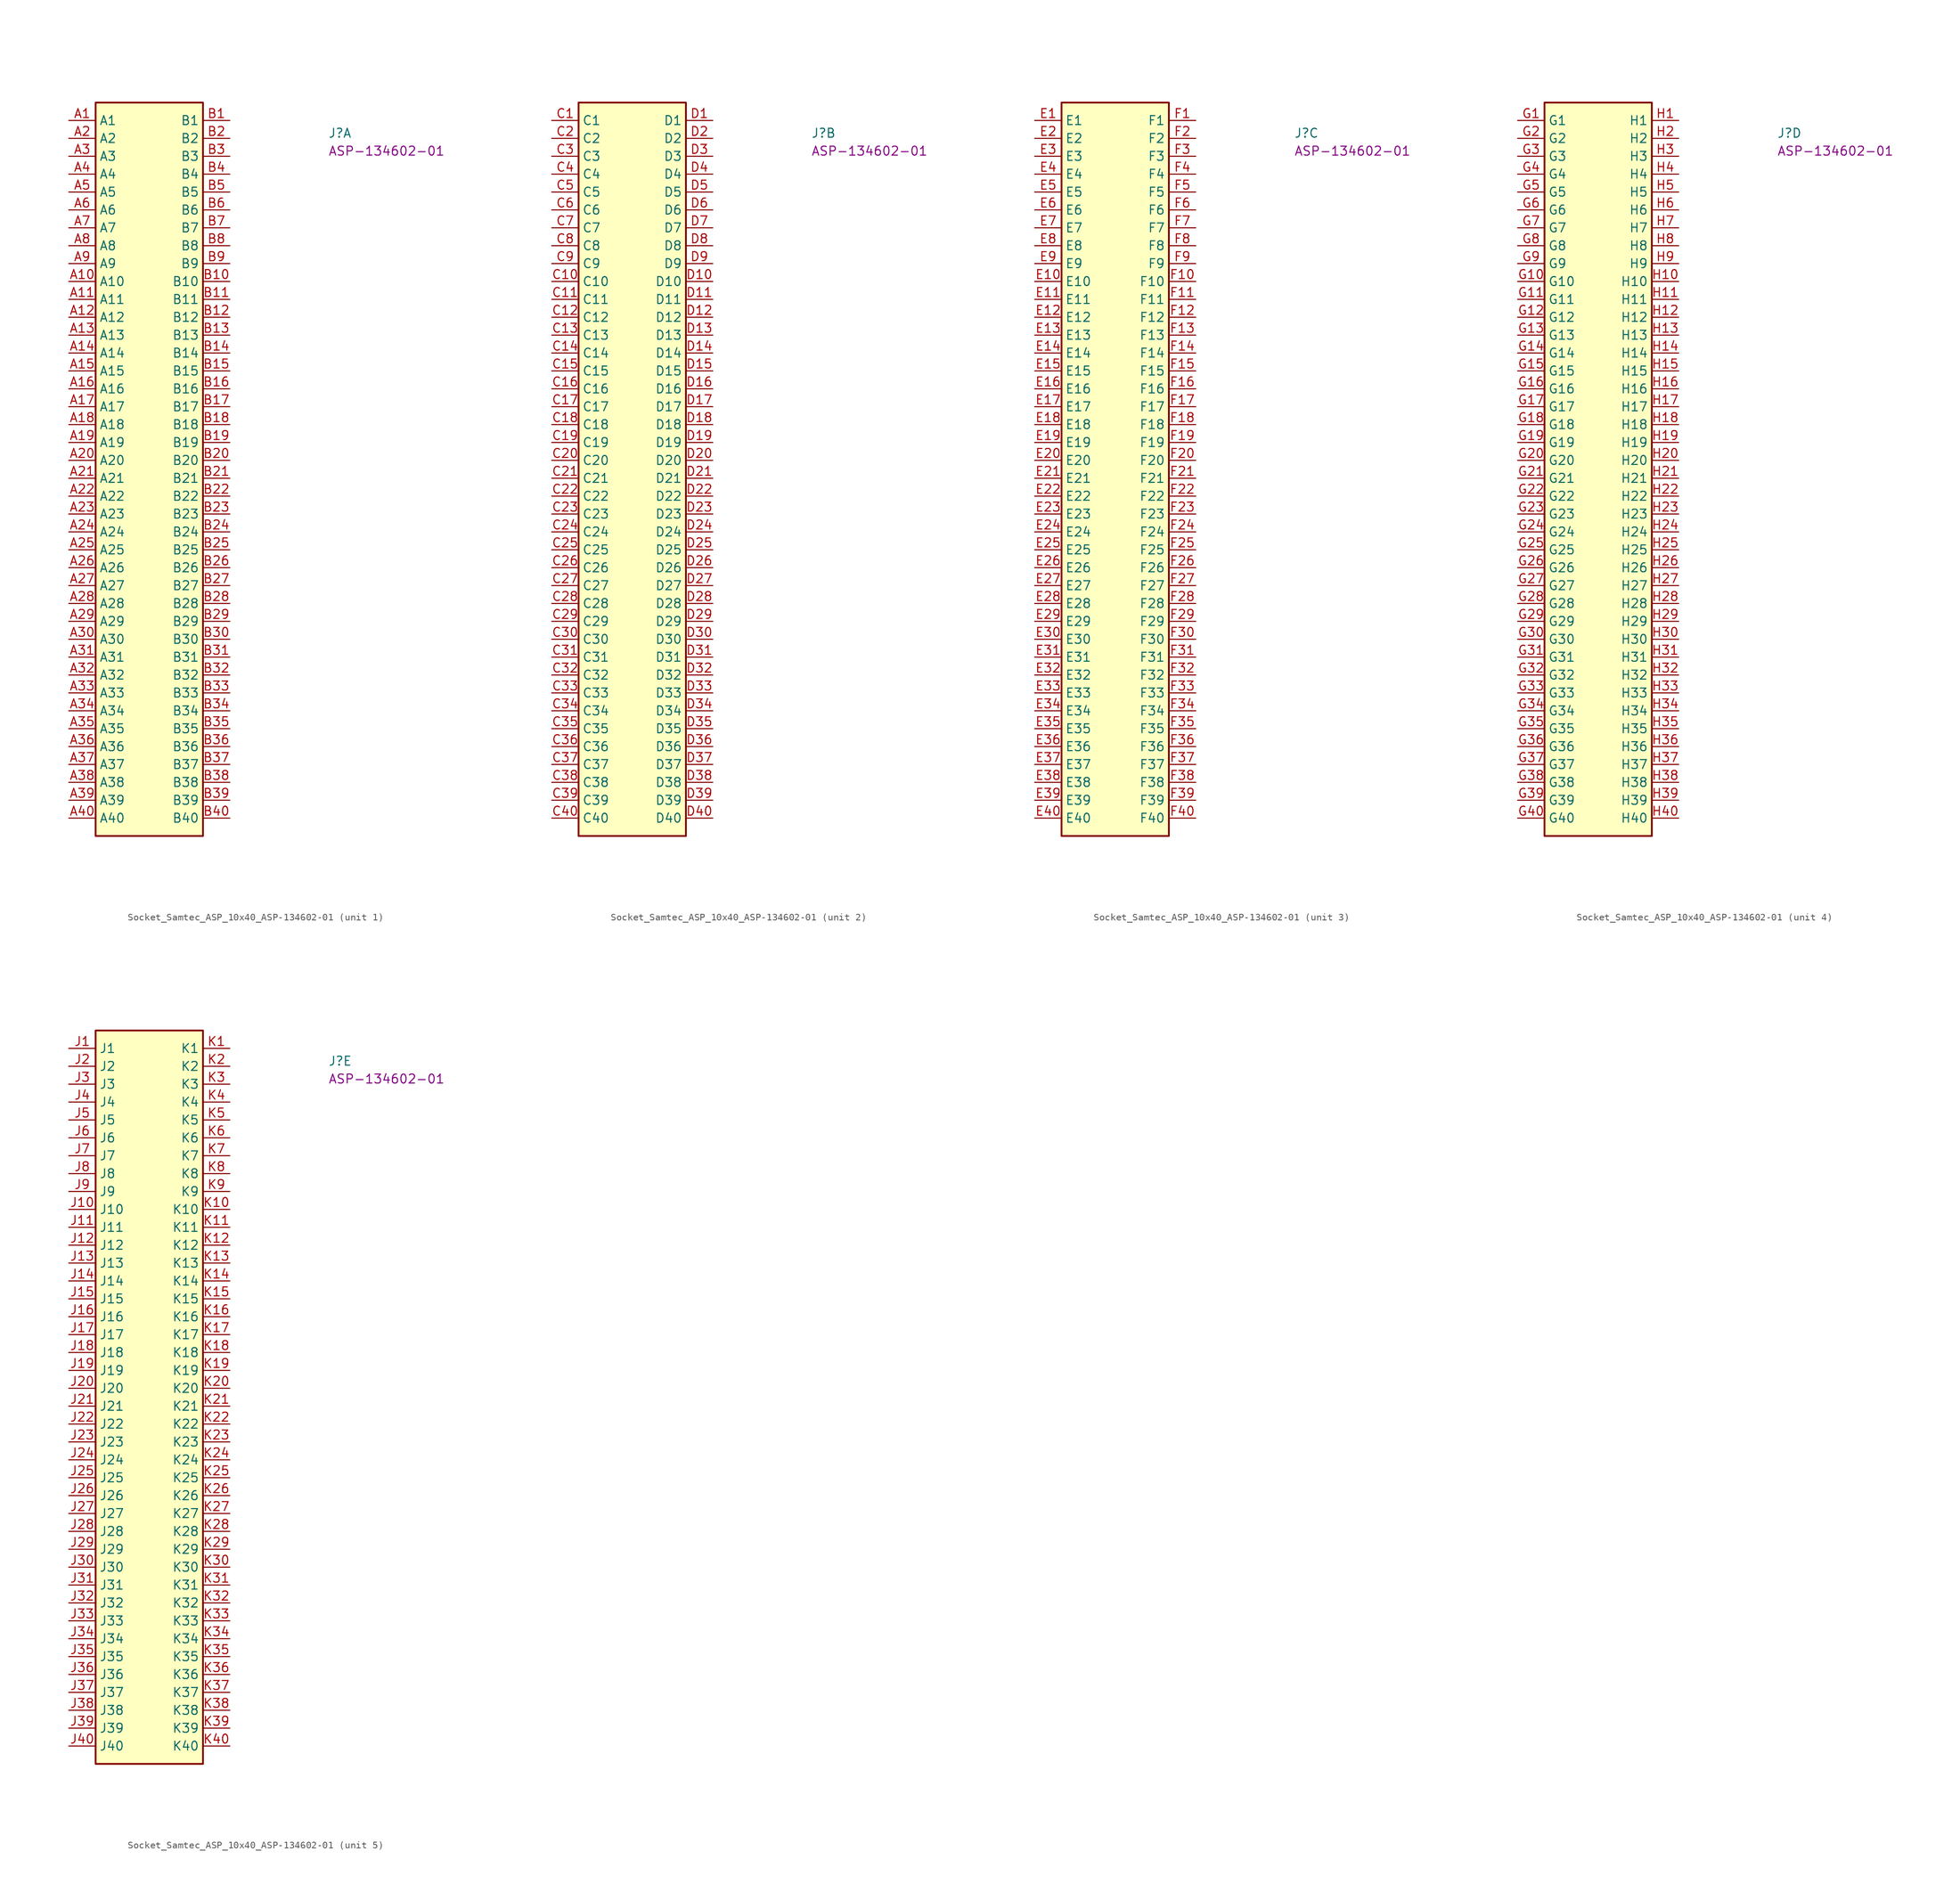
<source format=kicad_sym>
(kicad_symbol_lib
  (version 20220914)
  (generator kicad_symbol_editor)
  (symbol "Socket_Samtec_ASP_10x40_ASP-134602-01"
    (property "Reference" "J"
      (at 36.83 -2.54 0)
      (effects (font (size 1.27 1.27) (thickness 0.15)) (justify left bottom)))
    (property "MPN" "ASP-134602-01"
      (at 36.83 -5.08 0)
      (effects (font (size 1.27 1.27) (thickness 0.15)) (justify left bottom)))
    (property "ki_locked" ""
      (at 0 0 0)
      (effects (font (size 1.27 1.27))))
    (symbol "Socket_Samtec_ASP_10x40_ASP-134602-01_1_1"
      (rectangle (start 3.81 -101.6) (end 19.05 2.54) (stroke (width 0.254) (type default)) (fill (type background)))
      (pin passive line (at 0 0 0) (length 3.81) (name "A1" (effects (font (size 1.27 1.27)))) (number "A1" (effects (font (size 1.27 1.27)))))
      (pin passive line (at 0 -22.86 0) (length 3.81) (name "A10" (effects (font (size 1.27 1.27)))) (number "A10" (effects (font (size 1.27 1.27)))))
      (pin passive line (at 0 -25.4 0) (length 3.81) (name "A11" (effects (font (size 1.27 1.27)))) (number "A11" (effects (font (size 1.27 1.27)))))
      (pin passive line (at 0 -27.94 0) (length 3.81) (name "A12" (effects (font (size 1.27 1.27)))) (number "A12" (effects (font (size 1.27 1.27)))))
      (pin passive line (at 0 -30.48 0) (length 3.81) (name "A13" (effects (font (size 1.27 1.27)))) (number "A13" (effects (font (size 1.27 1.27)))))
      (pin passive line (at 0 -33.02 0) (length 3.81) (name "A14" (effects (font (size 1.27 1.27)))) (number "A14" (effects (font (size 1.27 1.27)))))
      (pin passive line (at 0 -35.56 0) (length 3.81) (name "A15" (effects (font (size 1.27 1.27)))) (number "A15" (effects (font (size 1.27 1.27)))))
      (pin passive line (at 0 -38.1 0) (length 3.81) (name "A16" (effects (font (size 1.27 1.27)))) (number "A16" (effects (font (size 1.27 1.27)))))
      (pin passive line (at 0 -40.64 0) (length 3.81) (name "A17" (effects (font (size 1.27 1.27)))) (number "A17" (effects (font (size 1.27 1.27)))))
      (pin passive line (at 0 -43.18 0) (length 3.81) (name "A18" (effects (font (size 1.27 1.27)))) (number "A18" (effects (font (size 1.27 1.27)))))
      (pin passive line (at 0 -45.72 0) (length 3.81) (name "A19" (effects (font (size 1.27 1.27)))) (number "A19" (effects (font (size 1.27 1.27)))))
      (pin passive line (at 0 -2.54 0) (length 3.81) (name "A2" (effects (font (size 1.27 1.27)))) (number "A2" (effects (font (size 1.27 1.27)))))
      (pin passive line (at 0 -48.26 0) (length 3.81) (name "A20" (effects (font (size 1.27 1.27)))) (number "A20" (effects (font (size 1.27 1.27)))))
      (pin passive line (at 0 -50.8 0) (length 3.81) (name "A21" (effects (font (size 1.27 1.27)))) (number "A21" (effects (font (size 1.27 1.27)))))
      (pin passive line (at 0 -53.34 0) (length 3.81) (name "A22" (effects (font (size 1.27 1.27)))) (number "A22" (effects (font (size 1.27 1.27)))))
      (pin passive line (at 0 -55.88 0) (length 3.81) (name "A23" (effects (font (size 1.27 1.27)))) (number "A23" (effects (font (size 1.27 1.27)))))
      (pin passive line (at 0 -58.42 0) (length 3.81) (name "A24" (effects (font (size 1.27 1.27)))) (number "A24" (effects (font (size 1.27 1.27)))))
      (pin passive line (at 0 -60.96 0) (length 3.81) (name "A25" (effects (font (size 1.27 1.27)))) (number "A25" (effects (font (size 1.27 1.27)))))
      (pin passive line (at 0 -63.5 0) (length 3.81) (name "A26" (effects (font (size 1.27 1.27)))) (number "A26" (effects (font (size 1.27 1.27)))))
      (pin passive line (at 0 -66.04 0) (length 3.81) (name "A27" (effects (font (size 1.27 1.27)))) (number "A27" (effects (font (size 1.27 1.27)))))
      (pin passive line (at 0 -68.58 0) (length 3.81) (name "A28" (effects (font (size 1.27 1.27)))) (number "A28" (effects (font (size 1.27 1.27)))))
      (pin passive line (at 0 -71.12 0) (length 3.81) (name "A29" (effects (font (size 1.27 1.27)))) (number "A29" (effects (font (size 1.27 1.27)))))
      (pin passive line (at 0 -5.08 0) (length 3.81) (name "A3" (effects (font (size 1.27 1.27)))) (number "A3" (effects (font (size 1.27 1.27)))))
      (pin passive line (at 0 -73.66 0) (length 3.81) (name "A30" (effects (font (size 1.27 1.27)))) (number "A30" (effects (font (size 1.27 1.27)))))
      (pin passive line (at 0 -76.2 0) (length 3.81) (name "A31" (effects (font (size 1.27 1.27)))) (number "A31" (effects (font (size 1.27 1.27)))))
      (pin passive line (at 0 -78.74 0) (length 3.81) (name "A32" (effects (font (size 1.27 1.27)))) (number "A32" (effects (font (size 1.27 1.27)))))
      (pin passive line (at 0 -81.28 0) (length 3.81) (name "A33" (effects (font (size 1.27 1.27)))) (number "A33" (effects (font (size 1.27 1.27)))))
      (pin passive line (at 0 -83.82 0) (length 3.81) (name "A34" (effects (font (size 1.27 1.27)))) (number "A34" (effects (font (size 1.27 1.27)))))
      (pin passive line (at 0 -86.36 0) (length 3.81) (name "A35" (effects (font (size 1.27 1.27)))) (number "A35" (effects (font (size 1.27 1.27)))))
      (pin passive line (at 0 -88.9 0) (length 3.81) (name "A36" (effects (font (size 1.27 1.27)))) (number "A36" (effects (font (size 1.27 1.27)))))
      (pin passive line (at 0 -91.44 0) (length 3.81) (name "A37" (effects (font (size 1.27 1.27)))) (number "A37" (effects (font (size 1.27 1.27)))))
      (pin passive line (at 0 -93.98 0) (length 3.81) (name "A38" (effects (font (size 1.27 1.27)))) (number "A38" (effects (font (size 1.27 1.27)))))
      (pin passive line (at 0 -96.52 0) (length 3.81) (name "A39" (effects (font (size 1.27 1.27)))) (number "A39" (effects (font (size 1.27 1.27)))))
      (pin passive line (at 0 -7.62 0) (length 3.81) (name "A4" (effects (font (size 1.27 1.27)))) (number "A4" (effects (font (size 1.27 1.27)))))
      (pin passive line (at 0 -99.06 0) (length 3.81) (name "A40" (effects (font (size 1.27 1.27)))) (number "A40" (effects (font (size 1.27 1.27)))))
      (pin passive line (at 0 -10.16 0) (length 3.81) (name "A5" (effects (font (size 1.27 1.27)))) (number "A5" (effects (font (size 1.27 1.27)))))
      (pin passive line (at 0 -12.7 0) (length 3.81) (name "A6" (effects (font (size 1.27 1.27)))) (number "A6" (effects (font (size 1.27 1.27)))))
      (pin passive line (at 0 -15.24 0) (length 3.81) (name "A7" (effects (font (size 1.27 1.27)))) (number "A7" (effects (font (size 1.27 1.27)))))
      (pin passive line (at 0 -17.78 0) (length 3.81) (name "A8" (effects (font (size 1.27 1.27)))) (number "A8" (effects (font (size 1.27 1.27)))))
      (pin passive line (at 0 -20.32 0) (length 3.81) (name "A9" (effects (font (size 1.27 1.27)))) (number "A9" (effects (font (size 1.27 1.27)))))
      (pin passive line (at 22.86 0 180) (length 3.81) (name "B1" (effects (font (size 1.27 1.27)))) (number "B1" (effects (font (size 1.27 1.27)))))
      (pin passive line (at 22.86 -22.86 180) (length 3.81) (name "B10" (effects (font (size 1.27 1.27)))) (number "B10" (effects (font (size 1.27 1.27)))))
      (pin passive line (at 22.86 -25.4 180) (length 3.81) (name "B11" (effects (font (size 1.27 1.27)))) (number "B11" (effects (font (size 1.27 1.27)))))
      (pin passive line (at 22.86 -27.94 180) (length 3.81) (name "B12" (effects (font (size 1.27 1.27)))) (number "B12" (effects (font (size 1.27 1.27)))))
      (pin passive line (at 22.86 -30.48 180) (length 3.81) (name "B13" (effects (font (size 1.27 1.27)))) (number "B13" (effects (font (size 1.27 1.27)))))
      (pin passive line (at 22.86 -33.02 180) (length 3.81) (name "B14" (effects (font (size 1.27 1.27)))) (number "B14" (effects (font (size 1.27 1.27)))))
      (pin passive line (at 22.86 -35.56 180) (length 3.81) (name "B15" (effects (font (size 1.27 1.27)))) (number "B15" (effects (font (size 1.27 1.27)))))
      (pin passive line (at 22.86 -38.1 180) (length 3.81) (name "B16" (effects (font (size 1.27 1.27)))) (number "B16" (effects (font (size 1.27 1.27)))))
      (pin passive line (at 22.86 -40.64 180) (length 3.81) (name "B17" (effects (font (size 1.27 1.27)))) (number "B17" (effects (font (size 1.27 1.27)))))
      (pin passive line (at 22.86 -43.18 180) (length 3.81) (name "B18" (effects (font (size 1.27 1.27)))) (number "B18" (effects (font (size 1.27 1.27)))))
      (pin passive line (at 22.86 -45.72 180) (length 3.81) (name "B19" (effects (font (size 1.27 1.27)))) (number "B19" (effects (font (size 1.27 1.27)))))
      (pin passive line (at 22.86 -2.54 180) (length 3.81) (name "B2" (effects (font (size 1.27 1.27)))) (number "B2" (effects (font (size 1.27 1.27)))))
      (pin passive line (at 22.86 -48.26 180) (length 3.81) (name "B20" (effects (font (size 1.27 1.27)))) (number "B20" (effects (font (size 1.27 1.27)))))
      (pin passive line (at 22.86 -50.8 180) (length 3.81) (name "B21" (effects (font (size 1.27 1.27)))) (number "B21" (effects (font (size 1.27 1.27)))))
      (pin passive line (at 22.86 -53.34 180) (length 3.81) (name "B22" (effects (font (size 1.27 1.27)))) (number "B22" (effects (font (size 1.27 1.27)))))
      (pin passive line (at 22.86 -55.88 180) (length 3.81) (name "B23" (effects (font (size 1.27 1.27)))) (number "B23" (effects (font (size 1.27 1.27)))))
      (pin passive line (at 22.86 -58.42 180) (length 3.81) (name "B24" (effects (font (size 1.27 1.27)))) (number "B24" (effects (font (size 1.27 1.27)))))
      (pin passive line (at 22.86 -60.96 180) (length 3.81) (name "B25" (effects (font (size 1.27 1.27)))) (number "B25" (effects (font (size 1.27 1.27)))))
      (pin passive line (at 22.86 -63.5 180) (length 3.81) (name "B26" (effects (font (size 1.27 1.27)))) (number "B26" (effects (font (size 1.27 1.27)))))
      (pin passive line (at 22.86 -66.04 180) (length 3.81) (name "B27" (effects (font (size 1.27 1.27)))) (number "B27" (effects (font (size 1.27 1.27)))))
      (pin passive line (at 22.86 -68.58 180) (length 3.81) (name "B28" (effects (font (size 1.27 1.27)))) (number "B28" (effects (font (size 1.27 1.27)))))
      (pin passive line (at 22.86 -71.12 180) (length 3.81) (name "B29" (effects (font (size 1.27 1.27)))) (number "B29" (effects (font (size 1.27 1.27)))))
      (pin passive line (at 22.86 -5.08 180) (length 3.81) (name "B3" (effects (font (size 1.27 1.27)))) (number "B3" (effects (font (size 1.27 1.27)))))
      (pin passive line (at 22.86 -73.66 180) (length 3.81) (name "B30" (effects (font (size 1.27 1.27)))) (number "B30" (effects (font (size 1.27 1.27)))))
      (pin passive line (at 22.86 -76.2 180) (length 3.81) (name "B31" (effects (font (size 1.27 1.27)))) (number "B31" (effects (font (size 1.27 1.27)))))
      (pin passive line (at 22.86 -78.74 180) (length 3.81) (name "B32" (effects (font (size 1.27 1.27)))) (number "B32" (effects (font (size 1.27 1.27)))))
      (pin passive line (at 22.86 -81.28 180) (length 3.81) (name "B33" (effects (font (size 1.27 1.27)))) (number "B33" (effects (font (size 1.27 1.27)))))
      (pin passive line (at 22.86 -83.82 180) (length 3.81) (name "B34" (effects (font (size 1.27 1.27)))) (number "B34" (effects (font (size 1.27 1.27)))))
      (pin passive line (at 22.86 -86.36 180) (length 3.81) (name "B35" (effects (font (size 1.27 1.27)))) (number "B35" (effects (font (size 1.27 1.27)))))
      (pin passive line (at 22.86 -88.9 180) (length 3.81) (name "B36" (effects (font (size 1.27 1.27)))) (number "B36" (effects (font (size 1.27 1.27)))))
      (pin passive line (at 22.86 -91.44 180) (length 3.81) (name "B37" (effects (font (size 1.27 1.27)))) (number "B37" (effects (font (size 1.27 1.27)))))
      (pin passive line (at 22.86 -93.98 180) (length 3.81) (name "B38" (effects (font (size 1.27 1.27)))) (number "B38" (effects (font (size 1.27 1.27)))))
      (pin passive line (at 22.86 -96.52 180) (length 3.81) (name "B39" (effects (font (size 1.27 1.27)))) (number "B39" (effects (font (size 1.27 1.27)))))
      (pin passive line (at 22.86 -7.62 180) (length 3.81) (name "B4" (effects (font (size 1.27 1.27)))) (number "B4" (effects (font (size 1.27 1.27)))))
      (pin passive line (at 22.86 -99.06 180) (length 3.81) (name "B40" (effects (font (size 1.27 1.27)))) (number "B40" (effects (font (size 1.27 1.27)))))
      (pin passive line (at 22.86 -10.16 180) (length 3.81) (name "B5" (effects (font (size 1.27 1.27)))) (number "B5" (effects (font (size 1.27 1.27)))))
      (pin passive line (at 22.86 -12.7 180) (length 3.81) (name "B6" (effects (font (size 1.27 1.27)))) (number "B6" (effects (font (size 1.27 1.27)))))
      (pin passive line (at 22.86 -15.24 180) (length 3.81) (name "B7" (effects (font (size 1.27 1.27)))) (number "B7" (effects (font (size 1.27 1.27)))))
      (pin passive line (at 22.86 -17.78 180) (length 3.81) (name "B8" (effects (font (size 1.27 1.27)))) (number "B8" (effects (font (size 1.27 1.27)))))
      (pin passive line (at 22.86 -20.32 180) (length 3.81) (name "B9" (effects (font (size 1.27 1.27)))) (number "B9" (effects (font (size 1.27 1.27))))))
    (symbol "Socket_Samtec_ASP_10x40_ASP-134602-01_2_1"
      (rectangle (start 3.81 -101.6) (end 19.05 2.54) (stroke (width 0.254) (type default)) (fill (type background)))
      (pin passive line (at 0 0 0) (length 3.81) (name "C1" (effects (font (size 1.27 1.27)))) (number "C1" (effects (font (size 1.27 1.27)))))
      (pin passive line (at 0 -22.86 0) (length 3.81) (name "C10" (effects (font (size 1.27 1.27)))) (number "C10" (effects (font (size 1.27 1.27)))))
      (pin passive line (at 0 -25.4 0) (length 3.81) (name "C11" (effects (font (size 1.27 1.27)))) (number "C11" (effects (font (size 1.27 1.27)))))
      (pin passive line (at 0 -27.94 0) (length 3.81) (name "C12" (effects (font (size 1.27 1.27)))) (number "C12" (effects (font (size 1.27 1.27)))))
      (pin passive line (at 0 -30.48 0) (length 3.81) (name "C13" (effects (font (size 1.27 1.27)))) (number "C13" (effects (font (size 1.27 1.27)))))
      (pin passive line (at 0 -33.02 0) (length 3.81) (name "C14" (effects (font (size 1.27 1.27)))) (number "C14" (effects (font (size 1.27 1.27)))))
      (pin passive line (at 0 -35.56 0) (length 3.81) (name "C15" (effects (font (size 1.27 1.27)))) (number "C15" (effects (font (size 1.27 1.27)))))
      (pin passive line (at 0 -38.1 0) (length 3.81) (name "C16" (effects (font (size 1.27 1.27)))) (number "C16" (effects (font (size 1.27 1.27)))))
      (pin passive line (at 0 -40.64 0) (length 3.81) (name "C17" (effects (font (size 1.27 1.27)))) (number "C17" (effects (font (size 1.27 1.27)))))
      (pin passive line (at 0 -43.18 0) (length 3.81) (name "C18" (effects (font (size 1.27 1.27)))) (number "C18" (effects (font (size 1.27 1.27)))))
      (pin passive line (at 0 -45.72 0) (length 3.81) (name "C19" (effects (font (size 1.27 1.27)))) (number "C19" (effects (font (size 1.27 1.27)))))
      (pin passive line (at 0 -2.54 0) (length 3.81) (name "C2" (effects (font (size 1.27 1.27)))) (number "C2" (effects (font (size 1.27 1.27)))))
      (pin passive line (at 0 -48.26 0) (length 3.81) (name "C20" (effects (font (size 1.27 1.27)))) (number "C20" (effects (font (size 1.27 1.27)))))
      (pin passive line (at 0 -50.8 0) (length 3.81) (name "C21" (effects (font (size 1.27 1.27)))) (number "C21" (effects (font (size 1.27 1.27)))))
      (pin passive line (at 0 -53.34 0) (length 3.81) (name "C22" (effects (font (size 1.27 1.27)))) (number "C22" (effects (font (size 1.27 1.27)))))
      (pin passive line (at 0 -55.88 0) (length 3.81) (name "C23" (effects (font (size 1.27 1.27)))) (number "C23" (effects (font (size 1.27 1.27)))))
      (pin passive line (at 0 -58.42 0) (length 3.81) (name "C24" (effects (font (size 1.27 1.27)))) (number "C24" (effects (font (size 1.27 1.27)))))
      (pin passive line (at 0 -60.96 0) (length 3.81) (name "C25" (effects (font (size 1.27 1.27)))) (number "C25" (effects (font (size 1.27 1.27)))))
      (pin passive line (at 0 -63.5 0) (length 3.81) (name "C26" (effects (font (size 1.27 1.27)))) (number "C26" (effects (font (size 1.27 1.27)))))
      (pin passive line (at 0 -66.04 0) (length 3.81) (name "C27" (effects (font (size 1.27 1.27)))) (number "C27" (effects (font (size 1.27 1.27)))))
      (pin passive line (at 0 -68.58 0) (length 3.81) (name "C28" (effects (font (size 1.27 1.27)))) (number "C28" (effects (font (size 1.27 1.27)))))
      (pin passive line (at 0 -71.12 0) (length 3.81) (name "C29" (effects (font (size 1.27 1.27)))) (number "C29" (effects (font (size 1.27 1.27)))))
      (pin passive line (at 0 -5.08 0) (length 3.81) (name "C3" (effects (font (size 1.27 1.27)))) (number "C3" (effects (font (size 1.27 1.27)))))
      (pin passive line (at 0 -73.66 0) (length 3.81) (name "C30" (effects (font (size 1.27 1.27)))) (number "C30" (effects (font (size 1.27 1.27)))))
      (pin passive line (at 0 -76.2 0) (length 3.81) (name "C31" (effects (font (size 1.27 1.27)))) (number "C31" (effects (font (size 1.27 1.27)))))
      (pin passive line (at 0 -78.74 0) (length 3.81) (name "C32" (effects (font (size 1.27 1.27)))) (number "C32" (effects (font (size 1.27 1.27)))))
      (pin passive line (at 0 -81.28 0) (length 3.81) (name "C33" (effects (font (size 1.27 1.27)))) (number "C33" (effects (font (size 1.27 1.27)))))
      (pin passive line (at 0 -83.82 0) (length 3.81) (name "C34" (effects (font (size 1.27 1.27)))) (number "C34" (effects (font (size 1.27 1.27)))))
      (pin passive line (at 0 -86.36 0) (length 3.81) (name "C35" (effects (font (size 1.27 1.27)))) (number "C35" (effects (font (size 1.27 1.27)))))
      (pin passive line (at 0 -88.9 0) (length 3.81) (name "C36" (effects (font (size 1.27 1.27)))) (number "C36" (effects (font (size 1.27 1.27)))))
      (pin passive line (at 0 -91.44 0) (length 3.81) (name "C37" (effects (font (size 1.27 1.27)))) (number "C37" (effects (font (size 1.27 1.27)))))
      (pin passive line (at 0 -93.98 0) (length 3.81) (name "C38" (effects (font (size 1.27 1.27)))) (number "C38" (effects (font (size 1.27 1.27)))))
      (pin passive line (at 0 -96.52 0) (length 3.81) (name "C39" (effects (font (size 1.27 1.27)))) (number "C39" (effects (font (size 1.27 1.27)))))
      (pin passive line (at 0 -7.62 0) (length 3.81) (name "C4" (effects (font (size 1.27 1.27)))) (number "C4" (effects (font (size 1.27 1.27)))))
      (pin passive line (at 0 -99.06 0) (length 3.81) (name "C40" (effects (font (size 1.27 1.27)))) (number "C40" (effects (font (size 1.27 1.27)))))
      (pin passive line (at 0 -10.16 0) (length 3.81) (name "C5" (effects (font (size 1.27 1.27)))) (number "C5" (effects (font (size 1.27 1.27)))))
      (pin passive line (at 0 -12.7 0) (length 3.81) (name "C6" (effects (font (size 1.27 1.27)))) (number "C6" (effects (font (size 1.27 1.27)))))
      (pin passive line (at 0 -15.24 0) (length 3.81) (name "C7" (effects (font (size 1.27 1.27)))) (number "C7" (effects (font (size 1.27 1.27)))))
      (pin passive line (at 0 -17.78 0) (length 3.81) (name "C8" (effects (font (size 1.27 1.27)))) (number "C8" (effects (font (size 1.27 1.27)))))
      (pin passive line (at 0 -20.32 0) (length 3.81) (name "C9" (effects (font (size 1.27 1.27)))) (number "C9" (effects (font (size 1.27 1.27)))))
      (pin passive line (at 22.86 0 180) (length 3.81) (name "D1" (effects (font (size 1.27 1.27)))) (number "D1" (effects (font (size 1.27 1.27)))))
      (pin passive line (at 22.86 -22.86 180) (length 3.81) (name "D10" (effects (font (size 1.27 1.27)))) (number "D10" (effects (font (size 1.27 1.27)))))
      (pin passive line (at 22.86 -25.4 180) (length 3.81) (name "D11" (effects (font (size 1.27 1.27)))) (number "D11" (effects (font (size 1.27 1.27)))))
      (pin passive line (at 22.86 -27.94 180) (length 3.81) (name "D12" (effects (font (size 1.27 1.27)))) (number "D12" (effects (font (size 1.27 1.27)))))
      (pin passive line (at 22.86 -30.48 180) (length 3.81) (name "D13" (effects (font (size 1.27 1.27)))) (number "D13" (effects (font (size 1.27 1.27)))))
      (pin passive line (at 22.86 -33.02 180) (length 3.81) (name "D14" (effects (font (size 1.27 1.27)))) (number "D14" (effects (font (size 1.27 1.27)))))
      (pin passive line (at 22.86 -35.56 180) (length 3.81) (name "D15" (effects (font (size 1.27 1.27)))) (number "D15" (effects (font (size 1.27 1.27)))))
      (pin passive line (at 22.86 -38.1 180) (length 3.81) (name "D16" (effects (font (size 1.27 1.27)))) (number "D16" (effects (font (size 1.27 1.27)))))
      (pin passive line (at 22.86 -40.64 180) (length 3.81) (name "D17" (effects (font (size 1.27 1.27)))) (number "D17" (effects (font (size 1.27 1.27)))))
      (pin passive line (at 22.86 -43.18 180) (length 3.81) (name "D18" (effects (font (size 1.27 1.27)))) (number "D18" (effects (font (size 1.27 1.27)))))
      (pin passive line (at 22.86 -45.72 180) (length 3.81) (name "D19" (effects (font (size 1.27 1.27)))) (number "D19" (effects (font (size 1.27 1.27)))))
      (pin passive line (at 22.86 -2.54 180) (length 3.81) (name "D2" (effects (font (size 1.27 1.27)))) (number "D2" (effects (font (size 1.27 1.27)))))
      (pin passive line (at 22.86 -48.26 180) (length 3.81) (name "D20" (effects (font (size 1.27 1.27)))) (number "D20" (effects (font (size 1.27 1.27)))))
      (pin passive line (at 22.86 -50.8 180) (length 3.81) (name "D21" (effects (font (size 1.27 1.27)))) (number "D21" (effects (font (size 1.27 1.27)))))
      (pin passive line (at 22.86 -53.34 180) (length 3.81) (name "D22" (effects (font (size 1.27 1.27)))) (number "D22" (effects (font (size 1.27 1.27)))))
      (pin passive line (at 22.86 -55.88 180) (length 3.81) (name "D23" (effects (font (size 1.27 1.27)))) (number "D23" (effects (font (size 1.27 1.27)))))
      (pin passive line (at 22.86 -58.42 180) (length 3.81) (name "D24" (effects (font (size 1.27 1.27)))) (number "D24" (effects (font (size 1.27 1.27)))))
      (pin passive line (at 22.86 -60.96 180) (length 3.81) (name "D25" (effects (font (size 1.27 1.27)))) (number "D25" (effects (font (size 1.27 1.27)))))
      (pin passive line (at 22.86 -63.5 180) (length 3.81) (name "D26" (effects (font (size 1.27 1.27)))) (number "D26" (effects (font (size 1.27 1.27)))))
      (pin passive line (at 22.86 -66.04 180) (length 3.81) (name "D27" (effects (font (size 1.27 1.27)))) (number "D27" (effects (font (size 1.27 1.27)))))
      (pin passive line (at 22.86 -68.58 180) (length 3.81) (name "D28" (effects (font (size 1.27 1.27)))) (number "D28" (effects (font (size 1.27 1.27)))))
      (pin passive line (at 22.86 -71.12 180) (length 3.81) (name "D29" (effects (font (size 1.27 1.27)))) (number "D29" (effects (font (size 1.27 1.27)))))
      (pin passive line (at 22.86 -5.08 180) (length 3.81) (name "D3" (effects (font (size 1.27 1.27)))) (number "D3" (effects (font (size 1.27 1.27)))))
      (pin passive line (at 22.86 -73.66 180) (length 3.81) (name "D30" (effects (font (size 1.27 1.27)))) (number "D30" (effects (font (size 1.27 1.27)))))
      (pin passive line (at 22.86 -76.2 180) (length 3.81) (name "D31" (effects (font (size 1.27 1.27)))) (number "D31" (effects (font (size 1.27 1.27)))))
      (pin passive line (at 22.86 -78.74 180) (length 3.81) (name "D32" (effects (font (size 1.27 1.27)))) (number "D32" (effects (font (size 1.27 1.27)))))
      (pin passive line (at 22.86 -81.28 180) (length 3.81) (name "D33" (effects (font (size 1.27 1.27)))) (number "D33" (effects (font (size 1.27 1.27)))))
      (pin passive line (at 22.86 -83.82 180) (length 3.81) (name "D34" (effects (font (size 1.27 1.27)))) (number "D34" (effects (font (size 1.27 1.27)))))
      (pin passive line (at 22.86 -86.36 180) (length 3.81) (name "D35" (effects (font (size 1.27 1.27)))) (number "D35" (effects (font (size 1.27 1.27)))))
      (pin passive line (at 22.86 -88.9 180) (length 3.81) (name "D36" (effects (font (size 1.27 1.27)))) (number "D36" (effects (font (size 1.27 1.27)))))
      (pin passive line (at 22.86 -91.44 180) (length 3.81) (name "D37" (effects (font (size 1.27 1.27)))) (number "D37" (effects (font (size 1.27 1.27)))))
      (pin passive line (at 22.86 -93.98 180) (length 3.81) (name "D38" (effects (font (size 1.27 1.27)))) (number "D38" (effects (font (size 1.27 1.27)))))
      (pin passive line (at 22.86 -96.52 180) (length 3.81) (name "D39" (effects (font (size 1.27 1.27)))) (number "D39" (effects (font (size 1.27 1.27)))))
      (pin passive line (at 22.86 -7.62 180) (length 3.81) (name "D4" (effects (font (size 1.27 1.27)))) (number "D4" (effects (font (size 1.27 1.27)))))
      (pin passive line (at 22.86 -99.06 180) (length 3.81) (name "D40" (effects (font (size 1.27 1.27)))) (number "D40" (effects (font (size 1.27 1.27)))))
      (pin passive line (at 22.86 -10.16 180) (length 3.81) (name "D5" (effects (font (size 1.27 1.27)))) (number "D5" (effects (font (size 1.27 1.27)))))
      (pin passive line (at 22.86 -12.7 180) (length 3.81) (name "D6" (effects (font (size 1.27 1.27)))) (number "D6" (effects (font (size 1.27 1.27)))))
      (pin passive line (at 22.86 -15.24 180) (length 3.81) (name "D7" (effects (font (size 1.27 1.27)))) (number "D7" (effects (font (size 1.27 1.27)))))
      (pin passive line (at 22.86 -17.78 180) (length 3.81) (name "D8" (effects (font (size 1.27 1.27)))) (number "D8" (effects (font (size 1.27 1.27)))))
      (pin passive line (at 22.86 -20.32 180) (length 3.81) (name "D9" (effects (font (size 1.27 1.27)))) (number "D9" (effects (font (size 1.27 1.27))))))
    (symbol "Socket_Samtec_ASP_10x40_ASP-134602-01_3_1"
      (rectangle (start 3.81 -101.6) (end 19.05 2.54) (stroke (width 0.254) (type default)) (fill (type background)))
      (pin passive line (at 0 0 0) (length 3.81) (name "E1" (effects (font (size 1.27 1.27)))) (number "E1" (effects (font (size 1.27 1.27)))))
      (pin passive line (at 0 -22.86 0) (length 3.81) (name "E10" (effects (font (size 1.27 1.27)))) (number "E10" (effects (font (size 1.27 1.27)))))
      (pin passive line (at 0 -25.4 0) (length 3.81) (name "E11" (effects (font (size 1.27 1.27)))) (number "E11" (effects (font (size 1.27 1.27)))))
      (pin passive line (at 0 -27.94 0) (length 3.81) (name "E12" (effects (font (size 1.27 1.27)))) (number "E12" (effects (font (size 1.27 1.27)))))
      (pin passive line (at 0 -30.48 0) (length 3.81) (name "E13" (effects (font (size 1.27 1.27)))) (number "E13" (effects (font (size 1.27 1.27)))))
      (pin passive line (at 0 -33.02 0) (length 3.81) (name "E14" (effects (font (size 1.27 1.27)))) (number "E14" (effects (font (size 1.27 1.27)))))
      (pin passive line (at 0 -35.56 0) (length 3.81) (name "E15" (effects (font (size 1.27 1.27)))) (number "E15" (effects (font (size 1.27 1.27)))))
      (pin passive line (at 0 -38.1 0) (length 3.81) (name "E16" (effects (font (size 1.27 1.27)))) (number "E16" (effects (font (size 1.27 1.27)))))
      (pin passive line (at 0 -40.64 0) (length 3.81) (name "E17" (effects (font (size 1.27 1.27)))) (number "E17" (effects (font (size 1.27 1.27)))))
      (pin passive line (at 0 -43.18 0) (length 3.81) (name "E18" (effects (font (size 1.27 1.27)))) (number "E18" (effects (font (size 1.27 1.27)))))
      (pin passive line (at 0 -45.72 0) (length 3.81) (name "E19" (effects (font (size 1.27 1.27)))) (number "E19" (effects (font (size 1.27 1.27)))))
      (pin passive line (at 0 -2.54 0) (length 3.81) (name "E2" (effects (font (size 1.27 1.27)))) (number "E2" (effects (font (size 1.27 1.27)))))
      (pin passive line (at 0 -48.26 0) (length 3.81) (name "E20" (effects (font (size 1.27 1.27)))) (number "E20" (effects (font (size 1.27 1.27)))))
      (pin passive line (at 0 -50.8 0) (length 3.81) (name "E21" (effects (font (size 1.27 1.27)))) (number "E21" (effects (font (size 1.27 1.27)))))
      (pin passive line (at 0 -53.34 0) (length 3.81) (name "E22" (effects (font (size 1.27 1.27)))) (number "E22" (effects (font (size 1.27 1.27)))))
      (pin passive line (at 0 -55.88 0) (length 3.81) (name "E23" (effects (font (size 1.27 1.27)))) (number "E23" (effects (font (size 1.27 1.27)))))
      (pin passive line (at 0 -58.42 0) (length 3.81) (name "E24" (effects (font (size 1.27 1.27)))) (number "E24" (effects (font (size 1.27 1.27)))))
      (pin passive line (at 0 -60.96 0) (length 3.81) (name "E25" (effects (font (size 1.27 1.27)))) (number "E25" (effects (font (size 1.27 1.27)))))
      (pin passive line (at 0 -63.5 0) (length 3.81) (name "E26" (effects (font (size 1.27 1.27)))) (number "E26" (effects (font (size 1.27 1.27)))))
      (pin passive line (at 0 -66.04 0) (length 3.81) (name "E27" (effects (font (size 1.27 1.27)))) (number "E27" (effects (font (size 1.27 1.27)))))
      (pin passive line (at 0 -68.58 0) (length 3.81) (name "E28" (effects (font (size 1.27 1.27)))) (number "E28" (effects (font (size 1.27 1.27)))))
      (pin passive line (at 0 -71.12 0) (length 3.81) (name "E29" (effects (font (size 1.27 1.27)))) (number "E29" (effects (font (size 1.27 1.27)))))
      (pin passive line (at 0 -5.08 0) (length 3.81) (name "E3" (effects (font (size 1.27 1.27)))) (number "E3" (effects (font (size 1.27 1.27)))))
      (pin passive line (at 0 -73.66 0) (length 3.81) (name "E30" (effects (font (size 1.27 1.27)))) (number "E30" (effects (font (size 1.27 1.27)))))
      (pin passive line (at 0 -76.2 0) (length 3.81) (name "E31" (effects (font (size 1.27 1.27)))) (number "E31" (effects (font (size 1.27 1.27)))))
      (pin passive line (at 0 -78.74 0) (length 3.81) (name "E32" (effects (font (size 1.27 1.27)))) (number "E32" (effects (font (size 1.27 1.27)))))
      (pin passive line (at 0 -81.28 0) (length 3.81) (name "E33" (effects (font (size 1.27 1.27)))) (number "E33" (effects (font (size 1.27 1.27)))))
      (pin passive line (at 0 -83.82 0) (length 3.81) (name "E34" (effects (font (size 1.27 1.27)))) (number "E34" (effects (font (size 1.27 1.27)))))
      (pin passive line (at 0 -86.36 0) (length 3.81) (name "E35" (effects (font (size 1.27 1.27)))) (number "E35" (effects (font (size 1.27 1.27)))))
      (pin passive line (at 0 -88.9 0) (length 3.81) (name "E36" (effects (font (size 1.27 1.27)))) (number "E36" (effects (font (size 1.27 1.27)))))
      (pin passive line (at 0 -91.44 0) (length 3.81) (name "E37" (effects (font (size 1.27 1.27)))) (number "E37" (effects (font (size 1.27 1.27)))))
      (pin passive line (at 0 -93.98 0) (length 3.81) (name "E38" (effects (font (size 1.27 1.27)))) (number "E38" (effects (font (size 1.27 1.27)))))
      (pin passive line (at 0 -96.52 0) (length 3.81) (name "E39" (effects (font (size 1.27 1.27)))) (number "E39" (effects (font (size 1.27 1.27)))))
      (pin passive line (at 0 -7.62 0) (length 3.81) (name "E4" (effects (font (size 1.27 1.27)))) (number "E4" (effects (font (size 1.27 1.27)))))
      (pin passive line (at 0 -99.06 0) (length 3.81) (name "E40" (effects (font (size 1.27 1.27)))) (number "E40" (effects (font (size 1.27 1.27)))))
      (pin passive line (at 0 -10.16 0) (length 3.81) (name "E5" (effects (font (size 1.27 1.27)))) (number "E5" (effects (font (size 1.27 1.27)))))
      (pin passive line (at 0 -12.7 0) (length 3.81) (name "E6" (effects (font (size 1.27 1.27)))) (number "E6" (effects (font (size 1.27 1.27)))))
      (pin passive line (at 0 -15.24 0) (length 3.81) (name "E7" (effects (font (size 1.27 1.27)))) (number "E7" (effects (font (size 1.27 1.27)))))
      (pin passive line (at 0 -17.78 0) (length 3.81) (name "E8" (effects (font (size 1.27 1.27)))) (number "E8" (effects (font (size 1.27 1.27)))))
      (pin passive line (at 0 -20.32 0) (length 3.81) (name "E9" (effects (font (size 1.27 1.27)))) (number "E9" (effects (font (size 1.27 1.27)))))
      (pin passive line (at 22.86 0 180) (length 3.81) (name "F1" (effects (font (size 1.27 1.27)))) (number "F1" (effects (font (size 1.27 1.27)))))
      (pin passive line (at 22.86 -22.86 180) (length 3.81) (name "F10" (effects (font (size 1.27 1.27)))) (number "F10" (effects (font (size 1.27 1.27)))))
      (pin passive line (at 22.86 -25.4 180) (length 3.81) (name "F11" (effects (font (size 1.27 1.27)))) (number "F11" (effects (font (size 1.27 1.27)))))
      (pin passive line (at 22.86 -27.94 180) (length 3.81) (name "F12" (effects (font (size 1.27 1.27)))) (number "F12" (effects (font (size 1.27 1.27)))))
      (pin passive line (at 22.86 -30.48 180) (length 3.81) (name "F13" (effects (font (size 1.27 1.27)))) (number "F13" (effects (font (size 1.27 1.27)))))
      (pin passive line (at 22.86 -33.02 180) (length 3.81) (name "F14" (effects (font (size 1.27 1.27)))) (number "F14" (effects (font (size 1.27 1.27)))))
      (pin passive line (at 22.86 -35.56 180) (length 3.81) (name "F15" (effects (font (size 1.27 1.27)))) (number "F15" (effects (font (size 1.27 1.27)))))
      (pin passive line (at 22.86 -38.1 180) (length 3.81) (name "F16" (effects (font (size 1.27 1.27)))) (number "F16" (effects (font (size 1.27 1.27)))))
      (pin passive line (at 22.86 -40.64 180) (length 3.81) (name "F17" (effects (font (size 1.27 1.27)))) (number "F17" (effects (font (size 1.27 1.27)))))
      (pin passive line (at 22.86 -43.18 180) (length 3.81) (name "F18" (effects (font (size 1.27 1.27)))) (number "F18" (effects (font (size 1.27 1.27)))))
      (pin passive line (at 22.86 -45.72 180) (length 3.81) (name "F19" (effects (font (size 1.27 1.27)))) (number "F19" (effects (font (size 1.27 1.27)))))
      (pin passive line (at 22.86 -2.54 180) (length 3.81) (name "F2" (effects (font (size 1.27 1.27)))) (number "F2" (effects (font (size 1.27 1.27)))))
      (pin passive line (at 22.86 -48.26 180) (length 3.81) (name "F20" (effects (font (size 1.27 1.27)))) (number "F20" (effects (font (size 1.27 1.27)))))
      (pin passive line (at 22.86 -50.8 180) (length 3.81) (name "F21" (effects (font (size 1.27 1.27)))) (number "F21" (effects (font (size 1.27 1.27)))))
      (pin passive line (at 22.86 -53.34 180) (length 3.81) (name "F22" (effects (font (size 1.27 1.27)))) (number "F22" (effects (font (size 1.27 1.27)))))
      (pin passive line (at 22.86 -55.88 180) (length 3.81) (name "F23" (effects (font (size 1.27 1.27)))) (number "F23" (effects (font (size 1.27 1.27)))))
      (pin passive line (at 22.86 -58.42 180) (length 3.81) (name "F24" (effects (font (size 1.27 1.27)))) (number "F24" (effects (font (size 1.27 1.27)))))
      (pin passive line (at 22.86 -60.96 180) (length 3.81) (name "F25" (effects (font (size 1.27 1.27)))) (number "F25" (effects (font (size 1.27 1.27)))))
      (pin passive line (at 22.86 -63.5 180) (length 3.81) (name "F26" (effects (font (size 1.27 1.27)))) (number "F26" (effects (font (size 1.27 1.27)))))
      (pin passive line (at 22.86 -66.04 180) (length 3.81) (name "F27" (effects (font (size 1.27 1.27)))) (number "F27" (effects (font (size 1.27 1.27)))))
      (pin passive line (at 22.86 -68.58 180) (length 3.81) (name "F28" (effects (font (size 1.27 1.27)))) (number "F28" (effects (font (size 1.27 1.27)))))
      (pin passive line (at 22.86 -71.12 180) (length 3.81) (name "F29" (effects (font (size 1.27 1.27)))) (number "F29" (effects (font (size 1.27 1.27)))))
      (pin passive line (at 22.86 -5.08 180) (length 3.81) (name "F3" (effects (font (size 1.27 1.27)))) (number "F3" (effects (font (size 1.27 1.27)))))
      (pin passive line (at 22.86 -73.66 180) (length 3.81) (name "F30" (effects (font (size 1.27 1.27)))) (number "F30" (effects (font (size 1.27 1.27)))))
      (pin passive line (at 22.86 -76.2 180) (length 3.81) (name "F31" (effects (font (size 1.27 1.27)))) (number "F31" (effects (font (size 1.27 1.27)))))
      (pin passive line (at 22.86 -78.74 180) (length 3.81) (name "F32" (effects (font (size 1.27 1.27)))) (number "F32" (effects (font (size 1.27 1.27)))))
      (pin passive line (at 22.86 -81.28 180) (length 3.81) (name "F33" (effects (font (size 1.27 1.27)))) (number "F33" (effects (font (size 1.27 1.27)))))
      (pin passive line (at 22.86 -83.82 180) (length 3.81) (name "F34" (effects (font (size 1.27 1.27)))) (number "F34" (effects (font (size 1.27 1.27)))))
      (pin passive line (at 22.86 -86.36 180) (length 3.81) (name "F35" (effects (font (size 1.27 1.27)))) (number "F35" (effects (font (size 1.27 1.27)))))
      (pin passive line (at 22.86 -88.9 180) (length 3.81) (name "F36" (effects (font (size 1.27 1.27)))) (number "F36" (effects (font (size 1.27 1.27)))))
      (pin passive line (at 22.86 -91.44 180) (length 3.81) (name "F37" (effects (font (size 1.27 1.27)))) (number "F37" (effects (font (size 1.27 1.27)))))
      (pin passive line (at 22.86 -93.98 180) (length 3.81) (name "F38" (effects (font (size 1.27 1.27)))) (number "F38" (effects (font (size 1.27 1.27)))))
      (pin passive line (at 22.86 -96.52 180) (length 3.81) (name "F39" (effects (font (size 1.27 1.27)))) (number "F39" (effects (font (size 1.27 1.27)))))
      (pin passive line (at 22.86 -7.62 180) (length 3.81) (name "F4" (effects (font (size 1.27 1.27)))) (number "F4" (effects (font (size 1.27 1.27)))))
      (pin passive line (at 22.86 -99.06 180) (length 3.81) (name "F40" (effects (font (size 1.27 1.27)))) (number "F40" (effects (font (size 1.27 1.27)))))
      (pin passive line (at 22.86 -10.16 180) (length 3.81) (name "F5" (effects (font (size 1.27 1.27)))) (number "F5" (effects (font (size 1.27 1.27)))))
      (pin passive line (at 22.86 -12.7 180) (length 3.81) (name "F6" (effects (font (size 1.27 1.27)))) (number "F6" (effects (font (size 1.27 1.27)))))
      (pin passive line (at 22.86 -15.24 180) (length 3.81) (name "F7" (effects (font (size 1.27 1.27)))) (number "F7" (effects (font (size 1.27 1.27)))))
      (pin passive line (at 22.86 -17.78 180) (length 3.81) (name "F8" (effects (font (size 1.27 1.27)))) (number "F8" (effects (font (size 1.27 1.27)))))
      (pin passive line (at 22.86 -20.32 180) (length 3.81) (name "F9" (effects (font (size 1.27 1.27)))) (number "F9" (effects (font (size 1.27 1.27))))))
    (symbol "Socket_Samtec_ASP_10x40_ASP-134602-01_4_1"
      (rectangle (start 3.81 -101.6) (end 19.05 2.54) (stroke (width 0.254) (type default)) (fill (type background)))
      (pin passive line (at 0 0 0) (length 3.81) (name "G1" (effects (font (size 1.27 1.27)))) (number "G1" (effects (font (size 1.27 1.27)))))
      (pin passive line (at 0 -22.86 0) (length 3.81) (name "G10" (effects (font (size 1.27 1.27)))) (number "G10" (effects (font (size 1.27 1.27)))))
      (pin passive line (at 0 -25.4 0) (length 3.81) (name "G11" (effects (font (size 1.27 1.27)))) (number "G11" (effects (font (size 1.27 1.27)))))
      (pin passive line (at 0 -27.94 0) (length 3.81) (name "G12" (effects (font (size 1.27 1.27)))) (number "G12" (effects (font (size 1.27 1.27)))))
      (pin passive line (at 0 -30.48 0) (length 3.81) (name "G13" (effects (font (size 1.27 1.27)))) (number "G13" (effects (font (size 1.27 1.27)))))
      (pin passive line (at 0 -33.02 0) (length 3.81) (name "G14" (effects (font (size 1.27 1.27)))) (number "G14" (effects (font (size 1.27 1.27)))))
      (pin passive line (at 0 -35.56 0) (length 3.81) (name "G15" (effects (font (size 1.27 1.27)))) (number "G15" (effects (font (size 1.27 1.27)))))
      (pin passive line (at 0 -38.1 0) (length 3.81) (name "G16" (effects (font (size 1.27 1.27)))) (number "G16" (effects (font (size 1.27 1.27)))))
      (pin passive line (at 0 -40.64 0) (length 3.81) (name "G17" (effects (font (size 1.27 1.27)))) (number "G17" (effects (font (size 1.27 1.27)))))
      (pin passive line (at 0 -43.18 0) (length 3.81) (name "G18" (effects (font (size 1.27 1.27)))) (number "G18" (effects (font (size 1.27 1.27)))))
      (pin passive line (at 0 -45.72 0) (length 3.81) (name "G19" (effects (font (size 1.27 1.27)))) (number "G19" (effects (font (size 1.27 1.27)))))
      (pin passive line (at 0 -2.54 0) (length 3.81) (name "G2" (effects (font (size 1.27 1.27)))) (number "G2" (effects (font (size 1.27 1.27)))))
      (pin passive line (at 0 -48.26 0) (length 3.81) (name "G20" (effects (font (size 1.27 1.27)))) (number "G20" (effects (font (size 1.27 1.27)))))
      (pin passive line (at 0 -50.8 0) (length 3.81) (name "G21" (effects (font (size 1.27 1.27)))) (number "G21" (effects (font (size 1.27 1.27)))))
      (pin passive line (at 0 -53.34 0) (length 3.81) (name "G22" (effects (font (size 1.27 1.27)))) (number "G22" (effects (font (size 1.27 1.27)))))
      (pin passive line (at 0 -55.88 0) (length 3.81) (name "G23" (effects (font (size 1.27 1.27)))) (number "G23" (effects (font (size 1.27 1.27)))))
      (pin passive line (at 0 -58.42 0) (length 3.81) (name "G24" (effects (font (size 1.27 1.27)))) (number "G24" (effects (font (size 1.27 1.27)))))
      (pin passive line (at 0 -60.96 0) (length 3.81) (name "G25" (effects (font (size 1.27 1.27)))) (number "G25" (effects (font (size 1.27 1.27)))))
      (pin passive line (at 0 -63.5 0) (length 3.81) (name "G26" (effects (font (size 1.27 1.27)))) (number "G26" (effects (font (size 1.27 1.27)))))
      (pin passive line (at 0 -66.04 0) (length 3.81) (name "G27" (effects (font (size 1.27 1.27)))) (number "G27" (effects (font (size 1.27 1.27)))))
      (pin passive line (at 0 -68.58 0) (length 3.81) (name "G28" (effects (font (size 1.27 1.27)))) (number "G28" (effects (font (size 1.27 1.27)))))
      (pin passive line (at 0 -71.12 0) (length 3.81) (name "G29" (effects (font (size 1.27 1.27)))) (number "G29" (effects (font (size 1.27 1.27)))))
      (pin passive line (at 0 -5.08 0) (length 3.81) (name "G3" (effects (font (size 1.27 1.27)))) (number "G3" (effects (font (size 1.27 1.27)))))
      (pin passive line (at 0 -73.66 0) (length 3.81) (name "G30" (effects (font (size 1.27 1.27)))) (number "G30" (effects (font (size 1.27 1.27)))))
      (pin passive line (at 0 -76.2 0) (length 3.81) (name "G31" (effects (font (size 1.27 1.27)))) (number "G31" (effects (font (size 1.27 1.27)))))
      (pin passive line (at 0 -78.74 0) (length 3.81) (name "G32" (effects (font (size 1.27 1.27)))) (number "G32" (effects (font (size 1.27 1.27)))))
      (pin passive line (at 0 -81.28 0) (length 3.81) (name "G33" (effects (font (size 1.27 1.27)))) (number "G33" (effects (font (size 1.27 1.27)))))
      (pin passive line (at 0 -83.82 0) (length 3.81) (name "G34" (effects (font (size 1.27 1.27)))) (number "G34" (effects (font (size 1.27 1.27)))))
      (pin passive line (at 0 -86.36 0) (length 3.81) (name "G35" (effects (font (size 1.27 1.27)))) (number "G35" (effects (font (size 1.27 1.27)))))
      (pin passive line (at 0 -88.9 0) (length 3.81) (name "G36" (effects (font (size 1.27 1.27)))) (number "G36" (effects (font (size 1.27 1.27)))))
      (pin passive line (at 0 -91.44 0) (length 3.81) (name "G37" (effects (font (size 1.27 1.27)))) (number "G37" (effects (font (size 1.27 1.27)))))
      (pin passive line (at 0 -93.98 0) (length 3.81) (name "G38" (effects (font (size 1.27 1.27)))) (number "G38" (effects (font (size 1.27 1.27)))))
      (pin passive line (at 0 -96.52 0) (length 3.81) (name "G39" (effects (font (size 1.27 1.27)))) (number "G39" (effects (font (size 1.27 1.27)))))
      (pin passive line (at 0 -7.62 0) (length 3.81) (name "G4" (effects (font (size 1.27 1.27)))) (number "G4" (effects (font (size 1.27 1.27)))))
      (pin passive line (at 0 -99.06 0) (length 3.81) (name "G40" (effects (font (size 1.27 1.27)))) (number "G40" (effects (font (size 1.27 1.27)))))
      (pin passive line (at 0 -10.16 0) (length 3.81) (name "G5" (effects (font (size 1.27 1.27)))) (number "G5" (effects (font (size 1.27 1.27)))))
      (pin passive line (at 0 -12.7 0) (length 3.81) (name "G6" (effects (font (size 1.27 1.27)))) (number "G6" (effects (font (size 1.27 1.27)))))
      (pin passive line (at 0 -15.24 0) (length 3.81) (name "G7" (effects (font (size 1.27 1.27)))) (number "G7" (effects (font (size 1.27 1.27)))))
      (pin passive line (at 0 -17.78 0) (length 3.81) (name "G8" (effects (font (size 1.27 1.27)))) (number "G8" (effects (font (size 1.27 1.27)))))
      (pin passive line (at 0 -20.32 0) (length 3.81) (name "G9" (effects (font (size 1.27 1.27)))) (number "G9" (effects (font (size 1.27 1.27)))))
      (pin passive line (at 22.86 0 180) (length 3.81) (name "H1" (effects (font (size 1.27 1.27)))) (number "H1" (effects (font (size 1.27 1.27)))))
      (pin passive line (at 22.86 -22.86 180) (length 3.81) (name "H10" (effects (font (size 1.27 1.27)))) (number "H10" (effects (font (size 1.27 1.27)))))
      (pin passive line (at 22.86 -25.4 180) (length 3.81) (name "H11" (effects (font (size 1.27 1.27)))) (number "H11" (effects (font (size 1.27 1.27)))))
      (pin passive line (at 22.86 -27.94 180) (length 3.81) (name "H12" (effects (font (size 1.27 1.27)))) (number "H12" (effects (font (size 1.27 1.27)))))
      (pin passive line (at 22.86 -30.48 180) (length 3.81) (name "H13" (effects (font (size 1.27 1.27)))) (number "H13" (effects (font (size 1.27 1.27)))))
      (pin passive line (at 22.86 -33.02 180) (length 3.81) (name "H14" (effects (font (size 1.27 1.27)))) (number "H14" (effects (font (size 1.27 1.27)))))
      (pin passive line (at 22.86 -35.56 180) (length 3.81) (name "H15" (effects (font (size 1.27 1.27)))) (number "H15" (effects (font (size 1.27 1.27)))))
      (pin passive line (at 22.86 -38.1 180) (length 3.81) (name "H16" (effects (font (size 1.27 1.27)))) (number "H16" (effects (font (size 1.27 1.27)))))
      (pin passive line (at 22.86 -40.64 180) (length 3.81) (name "H17" (effects (font (size 1.27 1.27)))) (number "H17" (effects (font (size 1.27 1.27)))))
      (pin passive line (at 22.86 -43.18 180) (length 3.81) (name "H18" (effects (font (size 1.27 1.27)))) (number "H18" (effects (font (size 1.27 1.27)))))
      (pin passive line (at 22.86 -45.72 180) (length 3.81) (name "H19" (effects (font (size 1.27 1.27)))) (number "H19" (effects (font (size 1.27 1.27)))))
      (pin passive line (at 22.86 -2.54 180) (length 3.81) (name "H2" (effects (font (size 1.27 1.27)))) (number "H2" (effects (font (size 1.27 1.27)))))
      (pin passive line (at 22.86 -48.26 180) (length 3.81) (name "H20" (effects (font (size 1.27 1.27)))) (number "H20" (effects (font (size 1.27 1.27)))))
      (pin passive line (at 22.86 -50.8 180) (length 3.81) (name "H21" (effects (font (size 1.27 1.27)))) (number "H21" (effects (font (size 1.27 1.27)))))
      (pin passive line (at 22.86 -53.34 180) (length 3.81) (name "H22" (effects (font (size 1.27 1.27)))) (number "H22" (effects (font (size 1.27 1.27)))))
      (pin passive line (at 22.86 -55.88 180) (length 3.81) (name "H23" (effects (font (size 1.27 1.27)))) (number "H23" (effects (font (size 1.27 1.27)))))
      (pin passive line (at 22.86 -58.42 180) (length 3.81) (name "H24" (effects (font (size 1.27 1.27)))) (number "H24" (effects (font (size 1.27 1.27)))))
      (pin passive line (at 22.86 -60.96 180) (length 3.81) (name "H25" (effects (font (size 1.27 1.27)))) (number "H25" (effects (font (size 1.27 1.27)))))
      (pin passive line (at 22.86 -63.5 180) (length 3.81) (name "H26" (effects (font (size 1.27 1.27)))) (number "H26" (effects (font (size 1.27 1.27)))))
      (pin passive line (at 22.86 -66.04 180) (length 3.81) (name "H27" (effects (font (size 1.27 1.27)))) (number "H27" (effects (font (size 1.27 1.27)))))
      (pin passive line (at 22.86 -68.58 180) (length 3.81) (name "H28" (effects (font (size 1.27 1.27)))) (number "H28" (effects (font (size 1.27 1.27)))))
      (pin passive line (at 22.86 -71.12 180) (length 3.81) (name "H29" (effects (font (size 1.27 1.27)))) (number "H29" (effects (font (size 1.27 1.27)))))
      (pin passive line (at 22.86 -5.08 180) (length 3.81) (name "H3" (effects (font (size 1.27 1.27)))) (number "H3" (effects (font (size 1.27 1.27)))))
      (pin passive line (at 22.86 -73.66 180) (length 3.81) (name "H30" (effects (font (size 1.27 1.27)))) (number "H30" (effects (font (size 1.27 1.27)))))
      (pin passive line (at 22.86 -76.2 180) (length 3.81) (name "H31" (effects (font (size 1.27 1.27)))) (number "H31" (effects (font (size 1.27 1.27)))))
      (pin passive line (at 22.86 -78.74 180) (length 3.81) (name "H32" (effects (font (size 1.27 1.27)))) (number "H32" (effects (font (size 1.27 1.27)))))
      (pin passive line (at 22.86 -81.28 180) (length 3.81) (name "H33" (effects (font (size 1.27 1.27)))) (number "H33" (effects (font (size 1.27 1.27)))))
      (pin passive line (at 22.86 -83.82 180) (length 3.81) (name "H34" (effects (font (size 1.27 1.27)))) (number "H34" (effects (font (size 1.27 1.27)))))
      (pin passive line (at 22.86 -86.36 180) (length 3.81) (name "H35" (effects (font (size 1.27 1.27)))) (number "H35" (effects (font (size 1.27 1.27)))))
      (pin passive line (at 22.86 -88.9 180) (length 3.81) (name "H36" (effects (font (size 1.27 1.27)))) (number "H36" (effects (font (size 1.27 1.27)))))
      (pin passive line (at 22.86 -91.44 180) (length 3.81) (name "H37" (effects (font (size 1.27 1.27)))) (number "H37" (effects (font (size 1.27 1.27)))))
      (pin passive line (at 22.86 -93.98 180) (length 3.81) (name "H38" (effects (font (size 1.27 1.27)))) (number "H38" (effects (font (size 1.27 1.27)))))
      (pin passive line (at 22.86 -96.52 180) (length 3.81) (name "H39" (effects (font (size 1.27 1.27)))) (number "H39" (effects (font (size 1.27 1.27)))))
      (pin passive line (at 22.86 -7.62 180) (length 3.81) (name "H4" (effects (font (size 1.27 1.27)))) (number "H4" (effects (font (size 1.27 1.27)))))
      (pin passive line (at 22.86 -99.06 180) (length 3.81) (name "H40" (effects (font (size 1.27 1.27)))) (number "H40" (effects (font (size 1.27 1.27)))))
      (pin passive line (at 22.86 -10.16 180) (length 3.81) (name "H5" (effects (font (size 1.27 1.27)))) (number "H5" (effects (font (size 1.27 1.27)))))
      (pin passive line (at 22.86 -12.7 180) (length 3.81) (name "H6" (effects (font (size 1.27 1.27)))) (number "H6" (effects (font (size 1.27 1.27)))))
      (pin passive line (at 22.86 -15.24 180) (length 3.81) (name "H7" (effects (font (size 1.27 1.27)))) (number "H7" (effects (font (size 1.27 1.27)))))
      (pin passive line (at 22.86 -17.78 180) (length 3.81) (name "H8" (effects (font (size 1.27 1.27)))) (number "H8" (effects (font (size 1.27 1.27)))))
      (pin passive line (at 22.86 -20.32 180) (length 3.81) (name "H9" (effects (font (size 1.27 1.27)))) (number "H9" (effects (font (size 1.27 1.27))))))
    (symbol "Socket_Samtec_ASP_10x40_ASP-134602-01_5_1"
      (rectangle (start 3.81 -101.6) (end 19.05 2.54) (stroke (width 0.254) (type default)) (fill (type background)))
      (pin passive line (at 0 0 0) (length 3.81) (name "J1" (effects (font (size 1.27 1.27)))) (number "J1" (effects (font (size 1.27 1.27)))))
      (pin passive line (at 0 -22.86 0) (length 3.81) (name "J10" (effects (font (size 1.27 1.27)))) (number "J10" (effects (font (size 1.27 1.27)))))
      (pin passive line (at 0 -25.4 0) (length 3.81) (name "J11" (effects (font (size 1.27 1.27)))) (number "J11" (effects (font (size 1.27 1.27)))))
      (pin passive line (at 0 -27.94 0) (length 3.81) (name "J12" (effects (font (size 1.27 1.27)))) (number "J12" (effects (font (size 1.27 1.27)))))
      (pin passive line (at 0 -30.48 0) (length 3.81) (name "J13" (effects (font (size 1.27 1.27)))) (number "J13" (effects (font (size 1.27 1.27)))))
      (pin passive line (at 0 -33.02 0) (length 3.81) (name "J14" (effects (font (size 1.27 1.27)))) (number "J14" (effects (font (size 1.27 1.27)))))
      (pin passive line (at 0 -35.56 0) (length 3.81) (name "J15" (effects (font (size 1.27 1.27)))) (number "J15" (effects (font (size 1.27 1.27)))))
      (pin passive line (at 0 -38.1 0) (length 3.81) (name "J16" (effects (font (size 1.27 1.27)))) (number "J16" (effects (font (size 1.27 1.27)))))
      (pin passive line (at 0 -40.64 0) (length 3.81) (name "J17" (effects (font (size 1.27 1.27)))) (number "J17" (effects (font (size 1.27 1.27)))))
      (pin passive line (at 0 -43.18 0) (length 3.81) (name "J18" (effects (font (size 1.27 1.27)))) (number "J18" (effects (font (size 1.27 1.27)))))
      (pin passive line (at 0 -45.72 0) (length 3.81) (name "J19" (effects (font (size 1.27 1.27)))) (number "J19" (effects (font (size 1.27 1.27)))))
      (pin passive line (at 0 -2.54 0) (length 3.81) (name "J2" (effects (font (size 1.27 1.27)))) (number "J2" (effects (font (size 1.27 1.27)))))
      (pin passive line (at 0 -48.26 0) (length 3.81) (name "J20" (effects (font (size 1.27 1.27)))) (number "J20" (effects (font (size 1.27 1.27)))))
      (pin passive line (at 0 -50.8 0) (length 3.81) (name "J21" (effects (font (size 1.27 1.27)))) (number "J21" (effects (font (size 1.27 1.27)))))
      (pin passive line (at 0 -53.34 0) (length 3.81) (name "J22" (effects (font (size 1.27 1.27)))) (number "J22" (effects (font (size 1.27 1.27)))))
      (pin passive line (at 0 -55.88 0) (length 3.81) (name "J23" (effects (font (size 1.27 1.27)))) (number "J23" (effects (font (size 1.27 1.27)))))
      (pin passive line (at 0 -58.42 0) (length 3.81) (name "J24" (effects (font (size 1.27 1.27)))) (number "J24" (effects (font (size 1.27 1.27)))))
      (pin passive line (at 0 -60.96 0) (length 3.81) (name "J25" (effects (font (size 1.27 1.27)))) (number "J25" (effects (font (size 1.27 1.27)))))
      (pin passive line (at 0 -63.5 0) (length 3.81) (name "J26" (effects (font (size 1.27 1.27)))) (number "J26" (effects (font (size 1.27 1.27)))))
      (pin passive line (at 0 -66.04 0) (length 3.81) (name "J27" (effects (font (size 1.27 1.27)))) (number "J27" (effects (font (size 1.27 1.27)))))
      (pin passive line (at 0 -68.58 0) (length 3.81) (name "J28" (effects (font (size 1.27 1.27)))) (number "J28" (effects (font (size 1.27 1.27)))))
      (pin passive line (at 0 -71.12 0) (length 3.81) (name "J29" (effects (font (size 1.27 1.27)))) (number "J29" (effects (font (size 1.27 1.27)))))
      (pin passive line (at 0 -5.08 0) (length 3.81) (name "J3" (effects (font (size 1.27 1.27)))) (number "J3" (effects (font (size 1.27 1.27)))))
      (pin passive line (at 0 -73.66 0) (length 3.81) (name "J30" (effects (font (size 1.27 1.27)))) (number "J30" (effects (font (size 1.27 1.27)))))
      (pin passive line (at 0 -76.2 0) (length 3.81) (name "J31" (effects (font (size 1.27 1.27)))) (number "J31" (effects (font (size 1.27 1.27)))))
      (pin passive line (at 0 -78.74 0) (length 3.81) (name "J32" (effects (font (size 1.27 1.27)))) (number "J32" (effects (font (size 1.27 1.27)))))
      (pin passive line (at 0 -81.28 0) (length 3.81) (name "J33" (effects (font (size 1.27 1.27)))) (number "J33" (effects (font (size 1.27 1.27)))))
      (pin passive line (at 0 -83.82 0) (length 3.81) (name "J34" (effects (font (size 1.27 1.27)))) (number "J34" (effects (font (size 1.27 1.27)))))
      (pin passive line (at 0 -86.36 0) (length 3.81) (name "J35" (effects (font (size 1.27 1.27)))) (number "J35" (effects (font (size 1.27 1.27)))))
      (pin passive line (at 0 -88.9 0) (length 3.81) (name "J36" (effects (font (size 1.27 1.27)))) (number "J36" (effects (font (size 1.27 1.27)))))
      (pin passive line (at 0 -91.44 0) (length 3.81) (name "J37" (effects (font (size 1.27 1.27)))) (number "J37" (effects (font (size 1.27 1.27)))))
      (pin passive line (at 0 -93.98 0) (length 3.81) (name "J38" (effects (font (size 1.27 1.27)))) (number "J38" (effects (font (size 1.27 1.27)))))
      (pin passive line (at 0 -96.52 0) (length 3.81) (name "J39" (effects (font (size 1.27 1.27)))) (number "J39" (effects (font (size 1.27 1.27)))))
      (pin passive line (at 0 -7.62 0) (length 3.81) (name "J4" (effects (font (size 1.27 1.27)))) (number "J4" (effects (font (size 1.27 1.27)))))
      (pin passive line (at 0 -99.06 0) (length 3.81) (name "J40" (effects (font (size 1.27 1.27)))) (number "J40" (effects (font (size 1.27 1.27)))))
      (pin passive line (at 0 -10.16 0) (length 3.81) (name "J5" (effects (font (size 1.27 1.27)))) (number "J5" (effects (font (size 1.27 1.27)))))
      (pin passive line (at 0 -12.7 0) (length 3.81) (name "J6" (effects (font (size 1.27 1.27)))) (number "J6" (effects (font (size 1.27 1.27)))))
      (pin passive line (at 0 -15.24 0) (length 3.81) (name "J7" (effects (font (size 1.27 1.27)))) (number "J7" (effects (font (size 1.27 1.27)))))
      (pin passive line (at 0 -17.78 0) (length 3.81) (name "J8" (effects (font (size 1.27 1.27)))) (number "J8" (effects (font (size 1.27 1.27)))))
      (pin passive line (at 0 -20.32 0) (length 3.81) (name "J9" (effects (font (size 1.27 1.27)))) (number "J9" (effects (font (size 1.27 1.27)))))
      (pin passive line (at 22.86 0 180) (length 3.81) (name "K1" (effects (font (size 1.27 1.27)))) (number "K1" (effects (font (size 1.27 1.27)))))
      (pin passive line (at 22.86 -22.86 180) (length 3.81) (name "K10" (effects (font (size 1.27 1.27)))) (number "K10" (effects (font (size 1.27 1.27)))))
      (pin passive line (at 22.86 -25.4 180) (length 3.81) (name "K11" (effects (font (size 1.27 1.27)))) (number "K11" (effects (font (size 1.27 1.27)))))
      (pin passive line (at 22.86 -27.94 180) (length 3.81) (name "K12" (effects (font (size 1.27 1.27)))) (number "K12" (effects (font (size 1.27 1.27)))))
      (pin passive line (at 22.86 -30.48 180) (length 3.81) (name "K13" (effects (font (size 1.27 1.27)))) (number "K13" (effects (font (size 1.27 1.27)))))
      (pin passive line (at 22.86 -33.02 180) (length 3.81) (name "K14" (effects (font (size 1.27 1.27)))) (number "K14" (effects (font (size 1.27 1.27)))))
      (pin passive line (at 22.86 -35.56 180) (length 3.81) (name "K15" (effects (font (size 1.27 1.27)))) (number "K15" (effects (font (size 1.27 1.27)))))
      (pin passive line (at 22.86 -38.1 180) (length 3.81) (name "K16" (effects (font (size 1.27 1.27)))) (number "K16" (effects (font (size 1.27 1.27)))))
      (pin passive line (at 22.86 -40.64 180) (length 3.81) (name "K17" (effects (font (size 1.27 1.27)))) (number "K17" (effects (font (size 1.27 1.27)))))
      (pin passive line (at 22.86 -43.18 180) (length 3.81) (name "K18" (effects (font (size 1.27 1.27)))) (number "K18" (effects (font (size 1.27 1.27)))))
      (pin passive line (at 22.86 -45.72 180) (length 3.81) (name "K19" (effects (font (size 1.27 1.27)))) (number "K19" (effects (font (size 1.27 1.27)))))
      (pin passive line (at 22.86 -2.54 180) (length 3.81) (name "K2" (effects (font (size 1.27 1.27)))) (number "K2" (effects (font (size 1.27 1.27)))))
      (pin passive line (at 22.86 -48.26 180) (length 3.81) (name "K20" (effects (font (size 1.27 1.27)))) (number "K20" (effects (font (size 1.27 1.27)))))
      (pin passive line (at 22.86 -50.8 180) (length 3.81) (name "K21" (effects (font (size 1.27 1.27)))) (number "K21" (effects (font (size 1.27 1.27)))))
      (pin passive line (at 22.86 -53.34 180) (length 3.81) (name "K22" (effects (font (size 1.27 1.27)))) (number "K22" (effects (font (size 1.27 1.27)))))
      (pin passive line (at 22.86 -55.88 180) (length 3.81) (name "K23" (effects (font (size 1.27 1.27)))) (number "K23" (effects (font (size 1.27 1.27)))))
      (pin passive line (at 22.86 -58.42 180) (length 3.81) (name "K24" (effects (font (size 1.27 1.27)))) (number "K24" (effects (font (size 1.27 1.27)))))
      (pin passive line (at 22.86 -60.96 180) (length 3.81) (name "K25" (effects (font (size 1.27 1.27)))) (number "K25" (effects (font (size 1.27 1.27)))))
      (pin passive line (at 22.86 -63.5 180) (length 3.81) (name "K26" (effects (font (size 1.27 1.27)))) (number "K26" (effects (font (size 1.27 1.27)))))
      (pin passive line (at 22.86 -66.04 180) (length 3.81) (name "K27" (effects (font (size 1.27 1.27)))) (number "K27" (effects (font (size 1.27 1.27)))))
      (pin passive line (at 22.86 -68.58 180) (length 3.81) (name "K28" (effects (font (size 1.27 1.27)))) (number "K28" (effects (font (size 1.27 1.27)))))
      (pin passive line (at 22.86 -71.12 180) (length 3.81) (name "K29" (effects (font (size 1.27 1.27)))) (number "K29" (effects (font (size 1.27 1.27)))))
      (pin passive line (at 22.86 -5.08 180) (length 3.81) (name "K3" (effects (font (size 1.27 1.27)))) (number "K3" (effects (font (size 1.27 1.27)))))
      (pin passive line (at 22.86 -73.66 180) (length 3.81) (name "K30" (effects (font (size 1.27 1.27)))) (number "K30" (effects (font (size 1.27 1.27)))))
      (pin passive line (at 22.86 -76.2 180) (length 3.81) (name "K31" (effects (font (size 1.27 1.27)))) (number "K31" (effects (font (size 1.27 1.27)))))
      (pin passive line (at 22.86 -78.74 180) (length 3.81) (name "K32" (effects (font (size 1.27 1.27)))) (number "K32" (effects (font (size 1.27 1.27)))))
      (pin passive line (at 22.86 -81.28 180) (length 3.81) (name "K33" (effects (font (size 1.27 1.27)))) (number "K33" (effects (font (size 1.27 1.27)))))
      (pin passive line (at 22.86 -83.82 180) (length 3.81) (name "K34" (effects (font (size 1.27 1.27)))) (number "K34" (effects (font (size 1.27 1.27)))))
      (pin passive line (at 22.86 -86.36 180) (length 3.81) (name "K35" (effects (font (size 1.27 1.27)))) (number "K35" (effects (font (size 1.27 1.27)))))
      (pin passive line (at 22.86 -88.9 180) (length 3.81) (name "K36" (effects (font (size 1.27 1.27)))) (number "K36" (effects (font (size 1.27 1.27)))))
      (pin passive line (at 22.86 -91.44 180) (length 3.81) (name "K37" (effects (font (size 1.27 1.27)))) (number "K37" (effects (font (size 1.27 1.27)))))
      (pin passive line (at 22.86 -93.98 180) (length 3.81) (name "K38" (effects (font (size 1.27 1.27)))) (number "K38" (effects (font (size 1.27 1.27)))))
      (pin passive line (at 22.86 -96.52 180) (length 3.81) (name "K39" (effects (font (size 1.27 1.27)))) (number "K39" (effects (font (size 1.27 1.27)))))
      (pin passive line (at 22.86 -7.62 180) (length 3.81) (name "K4" (effects (font (size 1.27 1.27)))) (number "K4" (effects (font (size 1.27 1.27)))))
      (pin passive line (at 22.86 -99.06 180) (length 3.81) (name "K40" (effects (font (size 1.27 1.27)))) (number "K40" (effects (font (size 1.27 1.27)))))
      (pin passive line (at 22.86 -10.16 180) (length 3.81) (name "K5" (effects (font (size 1.27 1.27)))) (number "K5" (effects (font (size 1.27 1.27)))))
      (pin passive line (at 22.86 -12.7 180) (length 3.81) (name "K6" (effects (font (size 1.27 1.27)))) (number "K6" (effects (font (size 1.27 1.27)))))
      (pin passive line (at 22.86 -15.24 180) (length 3.81) (name "K7" (effects (font (size 1.27 1.27)))) (number "K7" (effects (font (size 1.27 1.27)))))
      (pin passive line (at 22.86 -17.78 180) (length 3.81) (name "K8" (effects (font (size 1.27 1.27)))) (number "K8" (effects (font (size 1.27 1.27)))))
      (pin passive line (at 22.86 -20.32 180) (length 3.81) (name "K9" (effects (font (size 1.27 1.27)))) (number "K9" (effects (font (size 1.27 1.27))))))))
</source>
